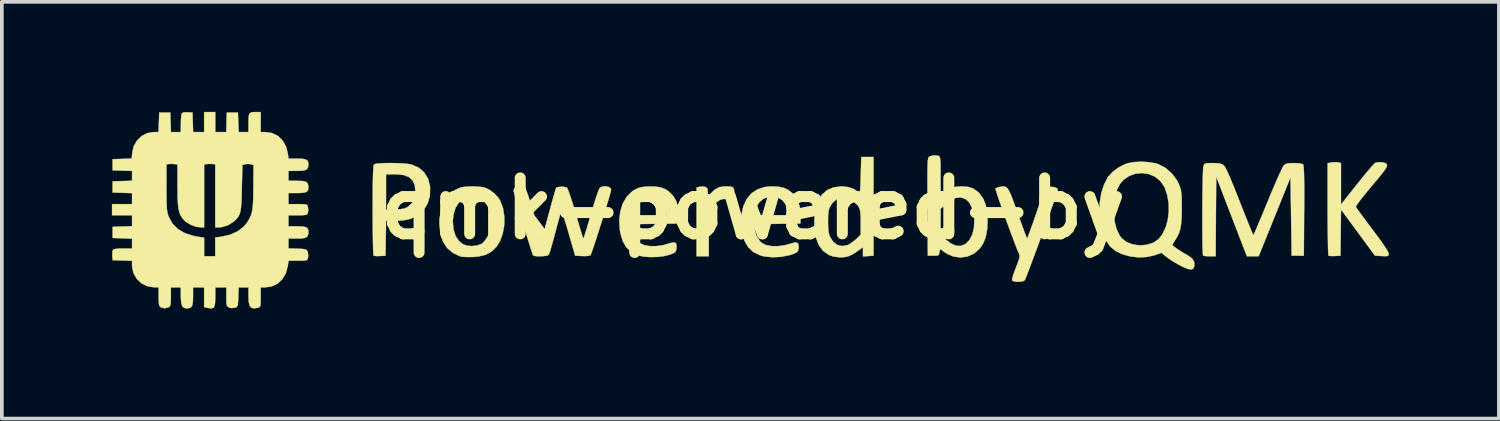
<source format=kicad_pcb>
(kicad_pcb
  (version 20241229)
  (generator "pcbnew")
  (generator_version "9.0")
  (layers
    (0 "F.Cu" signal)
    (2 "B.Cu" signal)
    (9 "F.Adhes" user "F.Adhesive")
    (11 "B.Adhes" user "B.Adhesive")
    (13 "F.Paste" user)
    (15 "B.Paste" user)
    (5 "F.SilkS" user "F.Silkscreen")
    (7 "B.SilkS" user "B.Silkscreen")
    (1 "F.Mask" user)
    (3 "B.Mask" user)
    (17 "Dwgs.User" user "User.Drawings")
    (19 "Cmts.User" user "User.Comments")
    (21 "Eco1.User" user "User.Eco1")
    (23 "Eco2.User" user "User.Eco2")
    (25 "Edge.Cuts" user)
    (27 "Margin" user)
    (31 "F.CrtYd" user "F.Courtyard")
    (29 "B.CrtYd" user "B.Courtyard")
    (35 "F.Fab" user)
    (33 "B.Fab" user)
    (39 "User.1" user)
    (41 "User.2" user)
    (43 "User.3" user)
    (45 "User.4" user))
  (footprint "qmk-powered-by"
    (layer "F.Cu")
    (at 17.483 2.636)
    (property "Reference" "qmk-powered-by" (at 0 0 0) (layer "F.SilkS") (effects (font (size 1.524 1.524) (thickness 0.3))))
    (attr through_hole)
    (fp_poly (pts (xy -0.644 -0.602) (xy -0.569 -0.586) (xy -0.53 -0.548) (xy -0.516 -0.479) (xy -0.514 -0.403) (xy -0.514 -0.239) (xy -0.688 -0.258) (xy -0.808 -0.262) (xy -0.904 -0.238) (xy -0.991 -0.177) (xy -1.084 -0.072) (xy -1.122 -0.021) (xy -1.21 0.1) (xy -1.21 1.3) (xy -1.542 1.3) (xy -1.542 -0.573) (xy -1.467 -0.592) (xy -1.375 -0.6) (xy -1.315 -0.592) (xy -1.267 -0.572) (xy -1.245 -0.53) (xy -1.239 -0.447) (xy -1.239 -0.445) (xy -1.238 -0.318) (xy -1.176 -0.391) (xy -1.053 -0.513) (xy -0.925 -0.582) (xy -0.779 -0.605) (xy -0.768 -0.605) (xy -0.644 -0.602)) (stroke (width 0.01) (type solid)) (fill yes) (layer "F.SilkS"))
    (fp_poly (pts (xy 0.686 -0.596) (xy 0.831 -0.567) (xy 0.951 -0.511) (xy 1.062 -0.424) (xy 1.072 -0.414) (xy 1.194 -0.256) (xy 1.269 -0.062) (xy 1.296 0.162) (xy 1.294 0.232) (xy 1.285 0.408) (xy 0.654 0.416) (xy 0.022 0.425) (xy 0.041 0.565) (xy 0.092 0.748) (xy 0.188 0.893) (xy 0.251 0.949) (xy 0.358 0.998) (xy 0.505 1.024) (xy 0.675 1.025) (xy 0.853 1.002) (xy 0.984 0.967) (xy 1.105 0.932) (xy 1.181 0.925) (xy 1.222 0.95) (xy 1.237 1.011) (xy 1.239 1.058) (xy 1.231 1.131) (xy 1.198 1.183) (xy 1.131 1.223) (xy 1.018 1.262) (xy 0.98 1.273) (xy 0.751 1.317) (xy 0.517 1.327) (xy 0.299 1.303) (xy 0.187 1.273) (xy 0.005 1.183) (xy -0.136 1.051) (xy -0.238 0.875) (xy -0.302 0.654) (xy -0.326 0.449) (xy -0.32 0.181) (xy 0.025 0.181) (xy 0.945 0.181) (xy 0.93 0.048) (xy 0.887 -0.11) (xy 0.799 -0.228) (xy 0.675 -0.303) (xy 0.52 -0.328) (xy 0.445 -0.323) (xy 0.292 -0.274) (xy 0.169 -0.176) (xy 0.081 -0.033) (xy 0.046 0.083) (xy 0.025 0.181) (xy -0.32 0.181) (xy -0.32 0.178) (xy -0.27 -0.057) (xy -0.179 -0.255) (xy -0.049 -0.411) (xy 0.117 -0.523) (xy 0.318 -0.588) (xy 0.499 -0.604) (xy 0.686 -0.596)) (stroke (width 0.01) (type solid)) (fill yes) (layer "F.SilkS"))
    (fp_poly (pts (xy 17.161 -1.261) (xy 17.243 -1.234) (xy 17.249 -1.23) (xy 17.272 -1.209) (xy 17.282 -1.183) (xy 17.275 -1.148) (xy 17.248 -1.096) (xy 17.198 -1.023) (xy 17.12 -0.922) (xy 17.011 -0.789) (xy 16.867 -0.617) (xy 16.821 -0.563) (xy 16.7 -0.417) (xy 16.595 -0.286) (xy 16.512 -0.176) (xy 16.455 -0.096) (xy 16.43 -0.051) (xy 16.43 -0.047) (xy 16.451 -0.013) (xy 16.504 0.061) (xy 16.583 0.169) (xy 16.683 0.304) (xy 16.799 0.459) (xy 16.885 0.573) (xy 17.045 0.788) (xy 17.171 0.963) (xy 17.26 1.097) (xy 17.312 1.187) (xy 17.326 1.23) (xy 17.323 1.27) (xy 17.303 1.291) (xy 17.253 1.298) (xy 17.159 1.295) (xy 17.14 1.294) (xy 16.954 1.285) (xy 16.027 0.026) (xy 16.011 1.285) (xy 15.859 1.294) (xy 15.767 1.295) (xy 15.702 1.288) (xy 15.685 1.281) (xy 15.68 1.248) (xy 15.676 1.16) (xy 15.672 1.024) (xy 15.669 0.847) (xy 15.666 0.636) (xy 15.664 0.396) (xy 15.663 0.135) (xy 15.663 0.011) (xy 15.663 -1.237) (xy 15.769 -1.257) (xy 15.865 -1.265) (xy 15.949 -1.258) (xy 15.95 -1.258) (xy 16.026 -1.239) (xy 16.026 -0.111) (xy 16.468 -0.668) (xy 16.595 -0.827) (xy 16.712 -0.969) (xy 16.814 -1.089) (xy 16.893 -1.18) (xy 16.944 -1.234) (xy 16.959 -1.245) (xy 17.056 -1.266) (xy 17.161 -1.261)) (stroke (width 0.01) (type solid)) (fill yes) (layer "F.SilkS"))
    (fp_poly (pts (xy -9.756 -1.239) (xy -9.601 -1.233) (xy -9.462 -1.223) (xy -9.352 -1.209) (xy -9.305 -1.198) (xy -9.115 -1.113) (xy -8.968 -0.985) (xy -8.866 -0.82) (xy -8.812 -0.618) (xy -8.808 -0.58) (xy -8.813 -0.349) (xy -8.872 -0.143) (xy -8.983 0.034) (xy -9.037 0.091) (xy -9.179 0.204) (xy -9.34 0.279) (xy -9.531 0.32) (xy -9.754 0.333) (xy -10.007 0.333) (xy -10.016 0.809) (xy -10.024 1.285) (xy -10.176 1.294) (xy -10.268 1.295) (xy -10.333 1.288) (xy -10.35 1.281) (xy -10.355 1.247) (xy -10.359 1.16) (xy -10.363 1.024) (xy -10.366 0.848) (xy -10.369 0.638) (xy -10.371 0.399) (xy -10.372 0.14) (xy -10.372 0.046) (xy -10.372 0.036) (xy -10.009 0.036) (xy -9.754 0.026) (xy -9.612 0.016) (xy -9.514 -0.000446) (xy -9.445 -0.028) (xy -9.416 -0.047) (xy -9.303 -0.147) (xy -9.238 -0.254) (xy -9.211 -0.386) (xy -9.207 -0.469) (xy -9.226 -0.639) (xy -9.284 -0.768) (xy -9.383 -0.859) (xy -9.529 -0.914) (xy -9.723 -0.937) (xy -9.774 -0.937) (xy -10.009 -0.937) (xy -10.009 0.036) (xy -10.372 0.036) (xy -10.371 -0.28) (xy -10.37 -0.55) (xy -10.367 -0.767) (xy -10.363 -0.936) (xy -10.357 -1.06) (xy -10.35 -1.144) (xy -10.342 -1.191) (xy -10.335 -1.203) (xy -10.289 -1.22) (xy -10.195 -1.231) (xy -10.066 -1.238) (xy -9.916 -1.241) (xy -9.756 -1.239)) (stroke (width 0.01) (type solid)) (fill yes) (layer "F.SilkS"))
    (fp_poly (pts (xy -2.663 -0.599) (xy -2.505 -0.573) (xy -2.376 -0.518) (xy -2.281 -0.448) (xy -2.168 -0.329) (xy -2.095 -0.199) (xy -2.055 -0.043) (xy -2.043 0.151) (xy -2.041 0.408) (xy -2.672 0.416) (xy -3.303 0.425) (xy -3.283 0.552) (xy -3.236 0.723) (xy -3.156 0.866) (xy -3.073 0.95) (xy -2.968 0.998) (xy -2.823 1.023) (xy -2.655 1.025) (xy -2.479 1.003) (xy -2.343 0.967) (xy -2.22 0.931) (xy -2.142 0.924) (xy -2.102 0.95) (xy -2.089 1.013) (xy -2.092 1.076) (xy -2.102 1.146) (xy -2.128 1.189) (xy -2.185 1.223) (xy -2.253 1.25) (xy -2.409 1.292) (xy -2.596 1.317) (xy -2.792 1.323) (xy -2.976 1.311) (xy -3.127 1.279) (xy -3.138 1.275) (xy -3.316 1.187) (xy -3.454 1.06) (xy -3.553 0.892) (xy -3.618 0.678) (xy -3.634 0.586) (xy -3.65 0.321) (xy -3.634 0.181) (xy -3.297 0.181) (xy -2.352 0.181) (xy -2.373 0.068) (xy -2.428 -0.101) (xy -2.52 -0.225) (xy -2.646 -0.301) (xy -2.803 -0.326) (xy -2.846 -0.324) (xy -3.007 -0.284) (xy -3.133 -0.195) (xy -3.226 -0.056) (xy -3.278 0.098) (xy -3.297 0.181) (xy -3.634 0.181) (xy -3.622 0.076) (xy -3.552 -0.142) (xy -3.443 -0.325) (xy -3.298 -0.468) (xy -3.253 -0.498) (xy -3.164 -0.547) (xy -3.079 -0.577) (xy -2.976 -0.593) (xy -2.863 -0.601) (xy -2.663 -0.599)) (stroke (width 0.01) (type solid)) (fill yes) (layer "F.SilkS"))
    (fp_poly (pts (xy -7.438 -0.592) (xy -7.321 -0.572) (xy -7.313 -0.57) (xy -7.182 -0.508) (xy -7.052 -0.408) (xy -6.942 -0.288) (xy -6.896 -0.215) (xy -6.82 -0.01) (xy -6.784 0.218) (xy -6.787 0.454) (xy -6.827 0.683) (xy -6.903 0.89) (xy -6.999 1.043) (xy -7.132 1.172) (xy -7.292 1.259) (xy -7.488 1.307) (xy -7.65 1.321) (xy -7.779 1.321) (xy -7.892 1.317) (xy -7.97 1.307) (xy -7.983 1.304) (xy -8.184 1.21) (xy -8.343 1.074) (xy -8.457 0.897) (xy -8.528 0.679) (xy -8.553 0.423) (xy -8.551 0.337) (xy -8.189 0.337) (xy -8.174 0.54) (xy -8.166 0.581) (xy -8.111 0.753) (xy -8.021 0.884) (xy -7.91 0.973) (xy -7.802 1.012) (xy -7.665 1.023) (xy -7.526 1.007) (xy -7.409 0.964) (xy -7.385 0.949) (xy -7.324 0.887) (xy -7.258 0.795) (xy -7.227 0.739) (xy -7.187 0.649) (xy -7.164 0.563) (xy -7.155 0.458) (xy -7.155 0.342) (xy -7.176 0.119) (xy -7.232 -0.057) (xy -7.323 -0.186) (xy -7.394 -0.242) (xy -7.527 -0.294) (xy -7.683 -0.306) (xy -7.838 -0.281) (xy -7.915 -0.25) (xy -8.027 -0.159) (xy -8.112 -0.024) (xy -8.167 0.145) (xy -8.189 0.337) (xy -8.551 0.337) (xy -8.55 0.286) (xy -8.511 0.029) (xy -8.429 -0.188) (xy -8.306 -0.365) (xy -8.144 -0.497) (xy -7.986 -0.57) (xy -7.882 -0.591) (xy -7.74 -0.602) (xy -7.585 -0.602) (xy -7.438 -0.592)) (stroke (width 0.01) (type solid)) (fill yes) (layer "F.SilkS"))
    (fp_poly (pts (xy 3.281 1.285) (xy 2.994 1.304) (xy 2.994 1.053) (xy 2.85 1.156) (xy 2.717 1.244) (xy 2.606 1.297) (xy 2.496 1.323) (xy 2.366 1.33) (xy 2.365 1.33) (xy 2.177 1.306) (xy 2.056 1.26) (xy 1.902 1.149) (xy 1.787 0.992) (xy 1.71 0.788) (xy 1.671 0.537) (xy 1.67 0.349) (xy 2.041 0.349) (xy 2.044 0.513) (xy 2.056 0.633) (xy 2.078 0.726) (xy 2.099 0.779) (xy 2.185 0.911) (xy 2.298 0.994) (xy 2.43 1.023) (xy 2.571 0.997) (xy 2.61 0.979) (xy 2.69 0.928) (xy 2.783 0.856) (xy 2.82 0.822) (xy 2.933 0.713) (xy 2.933 0.371) (xy 2.931 0.198) (xy 2.92 0.073) (xy 2.895 -0.018) (xy 2.852 -0.088) (xy 2.784 -0.151) (xy 2.698 -0.211) (xy 2.546 -0.284) (xy 2.404 -0.299) (xy 2.275 -0.255) (xy 2.163 -0.154) (xy 2.112 -0.078) (xy 2.078 -0.012) (xy 2.057 0.057) (xy 2.046 0.144) (xy 2.042 0.266) (xy 2.041 0.349) (xy 1.67 0.349) (xy 1.67 0.272) (xy 1.702 0.006) (xy 1.771 -0.212) (xy 1.877 -0.382) (xy 2.019 -0.505) (xy 2.197 -0.579) (xy 2.411 -0.604) (xy 2.413 -0.604) (xy 2.593 -0.586) (xy 2.747 -0.533) (xy 2.862 -0.45) (xy 2.875 -0.436) (xy 2.891 -0.423) (xy 2.903 -0.433) (xy 2.912 -0.472) (xy 2.919 -0.549) (xy 2.926 -0.67) (xy 2.932 -0.843) (xy 2.933 -0.895) (xy 2.948 -1.406) (xy 3.281 -1.406) (xy 3.281 1.285)) (stroke (width 0.01) (type solid)) (fill yes) (layer "F.SilkS"))
    (fp_poly (pts (xy 6.849 -0.602) (xy 6.895 -0.585) (xy 6.937 -0.545) (xy 6.98 -0.476) (xy 7.028 -0.373) (xy 7.084 -0.229) (xy 7.153 -0.038) (xy 7.214 0.133) (xy 7.281 0.323) (xy 7.343 0.494) (xy 7.395 0.636) (xy 7.436 0.741) (xy 7.461 0.803) (xy 7.469 0.816) (xy 7.482 0.789) (xy 7.512 0.712) (xy 7.556 0.593) (xy 7.611 0.441) (xy 7.673 0.262) (xy 7.721 0.124) (xy 7.958 -0.569) (xy 8.057 -0.587) (xy 8.154 -0.591) (xy 8.238 -0.575) (xy 8.295 -0.543) (xy 8.304 -0.498) (xy 8.299 -0.476) (xy 8.274 -0.401) (xy 8.233 -0.283) (xy 8.178 -0.127) (xy 8.112 0.057) (xy 8.037 0.264) (xy 7.956 0.485) (xy 7.872 0.715) (xy 7.788 0.944) (xy 7.706 1.167) (xy 7.628 1.376) (xy 7.558 1.563) (xy 7.498 1.722) (xy 7.45 1.845) (xy 7.418 1.925) (xy 7.405 1.954) (xy 7.355 1.981) (xy 7.273 1.994) (xy 7.182 1.995) (xy 7.104 1.983) (xy 7.06 1.959) (xy 7.058 1.955) (xy 7.062 1.911) (xy 7.086 1.826) (xy 7.125 1.711) (xy 7.164 1.609) (xy 7.217 1.473) (xy 7.249 1.379) (xy 7.264 1.315) (xy 7.262 1.269) (xy 7.248 1.227) (xy 7.244 1.219) (xy 7.212 1.147) (xy 7.166 1.032) (xy 7.11 0.885) (xy 7.045 0.714) (xy 6.976 0.526) (xy 6.904 0.331) (xy 6.834 0.137) (xy 6.768 -0.048) (xy 6.71 -0.216) (xy 6.662 -0.358) (xy 6.627 -0.465) (xy 6.609 -0.529) (xy 6.607 -0.544) (xy 6.646 -0.568) (xy 6.719 -0.59) (xy 6.731 -0.592) (xy 6.796 -0.602) (xy 6.849 -0.602)) (stroke (width 0.01) (type solid)) (fill yes) (layer "F.SilkS"))
    (fp_poly (pts (xy 5.062 -1.433) (xy 5.08 -1.419) (xy 5.093 -1.387) (xy 5.101 -1.328) (xy 5.107 -1.235) (xy 5.109 -1.099) (xy 5.11 -0.912) (xy 5.11 -0.886) (xy 5.11 -0.357) (xy 5.209 -0.44) (xy 5.349 -0.536) (xy 5.5 -0.589) (xy 5.682 -0.605) (xy 5.685 -0.605) (xy 5.864 -0.59) (xy 6.006 -0.542) (xy 6.13 -0.452) (xy 6.161 -0.422) (xy 6.267 -0.281) (xy 6.339 -0.106) (xy 6.379 0.109) (xy 6.39 0.318) (xy 6.379 0.572) (xy 6.339 0.781) (xy 6.269 0.954) (xy 6.174 1.092) (xy 6.024 1.224) (xy 5.849 1.305) (xy 5.659 1.334) (xy 5.466 1.309) (xy 5.301 1.24) (xy 5.213 1.185) (xy 5.146 1.137) (xy 5.12 1.112) (xy 5.1 1.107) (xy 5.083 1.162) (xy 5.08 1.179) (xy 5.068 1.242) (xy 5.045 1.273) (xy 4.992 1.284) (xy 4.914 1.285) (xy 4.763 1.285) (xy 4.755 0.008) (xy 5.11 0.008) (xy 5.11 0.719) (xy 5.234 0.831) (xy 5.389 0.95) (xy 5.528 1.012) (xy 5.657 1.019) (xy 5.779 0.971) (xy 5.796 0.96) (xy 5.9 0.855) (xy 5.975 0.706) (xy 6.02 0.523) (xy 6.03 0.318) (xy 6.018 0.188) (xy 5.973 -0.005) (xy 5.9 -0.153) (xy 5.802 -0.252) (xy 5.682 -0.299) (xy 5.637 -0.302) (xy 5.519 -0.29) (xy 5.411 -0.246) (xy 5.296 -0.162) (xy 5.247 -0.118) (xy 5.11 0.008) (xy 4.755 0.008) (xy 4.755 -0.045) (xy 4.753 -0.365) (xy 4.752 -0.63) (xy 4.752 -0.845) (xy 4.753 -1.016) (xy 4.755 -1.147) (xy 4.759 -1.245) (xy 4.764 -1.315) (xy 4.771 -1.362) (xy 4.78 -1.391) (xy 4.791 -1.408) (xy 4.798 -1.414) (xy 4.878 -1.444) (xy 4.982 -1.45) (xy 5.062 -1.433)) (stroke (width 0.01) (type solid)) (fill yes) (layer "F.SilkS"))
    (fp_poly (pts (xy 14.885 -1.234) (xy 14.97 -1.215) (xy 14.995 -1.198) (xy 15.004 -1.167) (xy 15.011 -1.093) (xy 15.017 -0.976) (xy 15.021 -0.811) (xy 15.023 -0.596) (xy 15.023 -0.327) (xy 15.022 -0.002) (xy 15.021 0.064) (xy 15.013 1.285) (xy 14.681 1.285) (xy 14.65 -0.852) (xy 14.216 0.224) (xy 13.781 1.3) (xy 13.461 1.3) (xy 13.312 0.915) (xy 13.256 0.772) (xy 13.185 0.586) (xy 13.103 0.373) (xy 13.015 0.146) (xy 12.929 -0.08) (xy 12.893 -0.172) (xy 12.624 -0.873) (xy 12.616 0.213) (xy 12.609 1.3) (xy 12.448 1.3) (xy 12.354 1.297) (xy 12.286 1.288) (xy 12.267 1.28) (xy 12.261 1.245) (xy 12.256 1.157) (xy 12.252 1.024) (xy 12.249 0.855) (xy 12.247 0.657) (xy 12.246 0.438) (xy 12.246 0.206) (xy 12.247 -0.03) (xy 12.249 -0.264) (xy 12.251 -0.487) (xy 12.255 -0.691) (xy 12.259 -0.868) (xy 12.264 -1.011) (xy 12.269 -1.111) (xy 12.275 -1.161) (xy 12.276 -1.162) (xy 12.295 -1.202) (xy 12.324 -1.225) (xy 12.378 -1.236) (xy 12.471 -1.24) (xy 12.529 -1.24) (xy 12.66 -1.236) (xy 12.749 -1.221) (xy 12.81 -1.193) (xy 12.826 -1.182) (xy 12.855 -1.146) (xy 12.896 -1.073) (xy 12.95 -0.96) (xy 13.018 -0.803) (xy 13.103 -0.598) (xy 13.205 -0.341) (xy 13.261 -0.2) (xy 13.348 0.022) (xy 13.428 0.225) (xy 13.5 0.402) (xy 13.559 0.546) (xy 13.603 0.652) (xy 13.63 0.713) (xy 13.637 0.724) (xy 13.652 0.698) (xy 13.687 0.621) (xy 13.738 0.502) (xy 13.804 0.346) (xy 13.882 0.161) (xy 13.968 -0.048) (xy 14.027 -0.19) (xy 14.119 -0.414) (xy 14.208 -0.622) (xy 14.288 -0.807) (xy 14.357 -0.962) (xy 14.413 -1.08) (xy 14.45 -1.153) (xy 14.463 -1.172) (xy 14.505 -1.208) (xy 14.558 -1.229) (xy 14.639 -1.238) (xy 14.743 -1.24) (xy 14.885 -1.234)) (stroke (width 0.01) (type solid)) (fill yes) (layer "F.SilkS"))
    (fp_poly (pts (xy 10.797 -1.264) (xy 10.982 -1.23) (xy 11.052 -1.208) (xy 11.24 -1.109) (xy 11.409 -0.964) (xy 11.545 -0.785) (xy 11.614 -0.647) (xy 11.642 -0.57) (xy 11.662 -0.496) (xy 11.675 -0.412) (xy 11.682 -0.304) (xy 11.685 -0.158) (xy 11.686 -0.015) (xy 11.683 0.216) (xy 11.67 0.399) (xy 11.646 0.546) (xy 11.608 0.671) (xy 11.553 0.784) (xy 11.504 0.862) (xy 11.458 0.933) (xy 11.432 0.983) (xy 11.43 0.992) (xy 11.454 1.021) (xy 11.518 1.071) (xy 11.61 1.134) (xy 11.715 1.2) (xy 11.823 1.262) (xy 11.853 1.279) (xy 11.968 1.361) (xy 12.025 1.458) (xy 12.026 1.573) (xy 12.023 1.583) (xy 11.996 1.638) (xy 11.944 1.66) (xy 11.862 1.648) (xy 11.742 1.601) (xy 11.631 1.546) (xy 11.503 1.475) (xy 11.377 1.396) (xy 11.277 1.325) (xy 11.269 1.318) (xy 11.133 1.207) (xy 10.942 1.272) (xy 10.73 1.32) (xy 10.505 1.33) (xy 10.28 1.304) (xy 10.068 1.246) (xy 9.884 1.158) (xy 9.741 1.043) (xy 9.732 1.033) (xy 9.61 0.852) (xy 9.52 0.632) (xy 9.463 0.385) (xy 9.44 0.137) (xy 9.829 0.137) (xy 9.856 0.361) (xy 9.91 0.565) (xy 9.992 0.736) (xy 10.05 0.812) (xy 10.182 0.915) (xy 10.349 0.979) (xy 10.536 1.004) (xy 10.73 0.988) (xy 10.916 0.928) (xy 10.925 0.924) (xy 11.057 0.829) (xy 11.165 0.687) (xy 11.248 0.51) (xy 11.304 0.306) (xy 11.332 0.087) (xy 11.328 -0.138) (xy 11.292 -0.359) (xy 11.222 -0.565) (xy 11.201 -0.609) (xy 11.093 -0.761) (xy 10.951 -0.872) (xy 10.785 -0.941) (xy 10.606 -0.968) (xy 10.426 -0.952) (xy 10.254 -0.891) (xy 10.101 -0.787) (xy 10.006 -0.68) (xy 9.918 -0.515) (xy 9.86 -0.314) (xy 9.83 -0.092) (xy 9.829 0.137) (xy 9.44 0.137) (xy 9.439 0.121) (xy 9.447 -0.147) (xy 9.489 -0.407) (xy 9.564 -0.648) (xy 9.673 -0.857) (xy 9.681 -0.869) (xy 9.794 -0.995) (xy 9.947 -1.11) (xy 10.118 -1.201) (xy 10.22 -1.237) (xy 10.39 -1.268) (xy 10.591 -1.277) (xy 10.797 -1.264)) (stroke (width 0.01) (type solid)) (fill yes) (layer "F.SilkS"))
    (fp_poly (pts (xy -6.268 -0.593) (xy -6.223 -0.567) (xy -6.2 -0.527) (xy -6.164 -0.438) (xy -6.12 -0.311) (xy -6.07 -0.156) (xy -6.019 0.015) (xy -5.966 0.199) (xy -5.915 0.374) (xy -5.87 0.527) (xy -5.834 0.645) (xy -5.814 0.711) (xy -5.766 0.862) (xy -5.576 0.155) (xy -5.522 -0.042) (xy -5.473 -0.219) (xy -5.431 -0.368) (xy -5.399 -0.481) (xy -5.378 -0.549) (xy -5.371 -0.565) (xy -5.319 -0.586) (xy -5.236 -0.595) (xy -5.148 -0.591) (xy -5.085 -0.574) (xy -5.077 -0.569) (xy -5.055 -0.53) (xy -5.021 -0.44) (xy -4.976 -0.31) (xy -4.923 -0.147) (xy -4.867 0.039) (xy -4.837 0.144) (xy -4.782 0.335) (xy -4.731 0.504) (xy -4.688 0.645) (xy -4.655 0.749) (xy -4.633 0.807) (xy -4.628 0.816) (xy -4.615 0.789) (xy -4.589 0.711) (xy -4.551 0.591) (xy -4.505 0.437) (xy -4.452 0.257) (xy -4.419 0.144) (xy -4.36 -0.058) (xy -4.304 -0.237) (xy -4.255 -0.385) (xy -4.215 -0.495) (xy -4.187 -0.557) (xy -4.179 -0.567) (xy -4.107 -0.599) (xy -4.021 -0.606) (xy -3.94 -0.59) (xy -3.885 -0.554) (xy -3.871 -0.518) (xy -3.881 -0.474) (xy -3.905 -0.381) (xy -3.943 -0.25) (xy -3.992 -0.089) (xy -4.048 0.094) (xy -4.108 0.289) (xy -4.171 0.488) (xy -4.233 0.682) (xy -4.291 0.863) (xy -4.344 1.021) (xy -4.387 1.147) (xy -4.418 1.234) (xy -4.435 1.272) (xy -4.436 1.273) (xy -4.48 1.287) (xy -4.565 1.295) (xy -4.66 1.294) (xy -4.853 1.285) (xy -5.033 0.658) (xy -5.087 0.476) (xy -5.136 0.319) (xy -5.177 0.193) (xy -5.209 0.107) (xy -5.229 0.068) (xy -5.233 0.068) (xy -5.246 0.108) (xy -5.272 0.197) (xy -5.307 0.325) (xy -5.35 0.482) (xy -5.396 0.658) (xy -5.398 0.665) (xy -5.445 0.842) (xy -5.489 1) (xy -5.527 1.129) (xy -5.555 1.22) (xy -5.572 1.262) (xy -5.573 1.262) (xy -5.615 1.281) (xy -5.695 1.294) (xy -5.794 1.3) (xy -5.891 1.3) (xy -5.966 1.291) (xy -5.998 1.277) (xy -6.014 1.236) (xy -6.044 1.146) (xy -6.086 1.017) (xy -6.136 0.856) (xy -6.192 0.673) (xy -6.252 0.478) (xy -6.312 0.278) (xy -6.369 0.084) (xy -6.422 -0.097) (xy -6.468 -0.255) (xy -6.503 -0.38) (xy -6.525 -0.465) (xy -6.531 -0.499) (xy -6.506 -0.558) (xy -6.44 -0.596) (xy -6.355 -0.609) (xy -6.268 -0.593)) (stroke (width 0.01) (type solid)) (fill yes) (layer "F.SilkS"))
    (fp_poly (pts (xy -14.665 -2.086) (xy -14.365 -2.086) (xy -14.357 -2.351) (xy -14.348 -2.616) (xy -14.046 -2.616) (xy -14.028 -2.086) (xy -13.758 -2.086) (xy -13.758 -2.311) (xy -13.757 -2.453) (xy -13.747 -2.545) (xy -13.724 -2.598) (xy -13.681 -2.623) (xy -13.611 -2.63) (xy -13.574 -2.631) (xy -13.426 -2.631) (xy -13.426 -2.086) (xy -13.304 -2.086) (xy -13.117 -2.059) (xy -12.956 -1.979) (xy -12.827 -1.854) (xy -12.734 -1.687) (xy -12.687 -1.504) (xy -12.666 -1.361) (xy -12.432 -1.361) (xy -12.29 -1.356) (xy -12.199 -1.339) (xy -12.147 -1.304) (xy -12.127 -1.248) (xy -12.125 -1.217) (xy -12.133 -1.13) (xy -12.163 -1.074) (xy -12.226 -1.043) (xy -12.331 -1.03) (xy -12.429 -1.028) (xy -12.67 -1.028) (xy -12.67 -0.756) (xy -12.429 -0.756) (xy -12.29 -0.751) (xy -12.2 -0.733) (xy -12.15 -0.694) (xy -12.129 -0.628) (xy -12.125 -0.567) (xy -12.135 -0.501) (xy -12.172 -0.458) (xy -12.245 -0.434) (xy -12.363 -0.424) (xy -12.434 -0.423) (xy -12.67 -0.423) (xy -12.67 -0.121) (xy -12.413 -0.121) (xy -12.289 -0.12) (xy -12.211 -0.115) (xy -12.169 -0.102) (xy -12.148 -0.078) (xy -12.138 -0.045) (xy -12.13 0.046) (xy -12.138 0.106) (xy -12.15 0.143) (xy -12.173 0.165) (xy -12.219 0.176) (xy -12.301 0.181) (xy -12.413 0.181) (xy -12.67 0.181) (xy -12.67 0.484) (xy -12.434 0.484) (xy -12.292 0.488) (xy -12.2 0.506) (xy -12.148 0.539) (xy -12.127 0.595) (xy -12.125 0.628) (xy -12.133 0.714) (xy -12.163 0.77) (xy -12.226 0.801) (xy -12.331 0.815) (xy -12.429 0.816) (xy -12.67 0.816) (xy -12.67 1.086) (xy -12.421 1.095) (xy -12.298 1.1) (xy -12.222 1.109) (xy -12.179 1.125) (xy -12.157 1.153) (xy -12.144 1.183) (xy -12.13 1.274) (xy -12.137 1.341) (xy -12.149 1.38) (xy -12.171 1.404) (xy -12.215 1.416) (xy -12.294 1.421) (xy -12.411 1.421) (xy -12.666 1.421) (xy -12.687 1.565) (xy -12.741 1.765) (xy -12.838 1.928) (xy -12.97 2.05) (xy -13.134 2.124) (xy -13.304 2.147) (xy -13.426 2.147) (xy -13.426 2.416) (xy -13.427 2.544) (xy -13.432 2.625) (xy -13.444 2.67) (xy -13.465 2.692) (xy -13.494 2.702) (xy -13.603 2.721) (xy -13.678 2.705) (xy -13.726 2.648) (xy -13.751 2.544) (xy -13.758 2.387) (xy -13.758 2.147) (xy -14.028 2.147) (xy -14.037 2.411) (xy -14.042 2.538) (xy -14.05 2.618) (xy -14.064 2.663) (xy -14.089 2.688) (xy -14.128 2.704) (xy -14.236 2.713) (xy -14.286 2.697) (xy -14.324 2.677) (xy -14.346 2.648) (xy -14.358 2.597) (xy -14.362 2.511) (xy -14.363 2.405) (xy -14.363 2.147) (xy -14.665 2.147) (xy -14.665 2.417) (xy -14.669 2.562) (xy -14.684 2.656) (xy -14.716 2.706) (xy -14.773 2.721) (xy -14.859 2.71) (xy -14.878 2.706) (xy -14.968 2.686) (xy -14.968 2.147) (xy -15.27 2.147) (xy -15.27 2.403) (xy -15.275 2.546) (xy -15.291 2.64) (xy -15.326 2.694) (xy -15.384 2.717) (xy -15.448 2.721) (xy -15.518 2.707) (xy -15.566 2.658) (xy -15.592 2.568) (xy -15.603 2.428) (xy -15.603 2.387) (xy -15.603 2.147) (xy -15.875 2.147) (xy -15.875 2.403) (xy -15.877 2.531) (xy -15.884 2.611) (xy -15.899 2.658) (xy -15.924 2.685) (xy -15.933 2.69) (xy -16.045 2.719) (xy -16.153 2.69) (xy -16.155 2.689) (xy -16.181 2.663) (xy -16.198 2.616) (xy -16.205 2.534) (xy -16.208 2.404) (xy -16.208 2.402) (xy -16.208 2.147) (xy -16.336 2.146) (xy -16.517 2.117) (xy -16.676 2.038) (xy -16.804 1.917) (xy -16.892 1.764) (xy -16.932 1.586) (xy -16.933 1.544) (xy -16.933 1.424) (xy -17.462 1.406) (xy -17.472 1.273) (xy -17.469 1.17) (xy -17.444 1.116) (xy -17.442 1.115) (xy -17.394 1.103) (xy -17.304 1.093) (xy -17.189 1.089) (xy -17.168 1.089) (xy -16.933 1.089) (xy -16.933 0.819) (xy -17.462 0.801) (xy -17.462 0.499) (xy -17.198 0.49) (xy -16.933 0.481) (xy -16.933 0.181) (xy -17.478 0.181) (xy -17.478 -0.121) (xy -16.933 -0.121) (xy -16.933 -0.421) (xy -17.462 -0.438) (xy -17.462 -0.741) (xy -16.933 -0.758) (xy -16.933 -1.026) (xy -17.198 -1.034) (xy -17.462 -1.043) (xy -17.462 -1.205) (xy -15.996 -1.205) (xy -15.996 -0.574) (xy -15.995 -0.356) (xy -15.993 -0.188) (xy -15.988 -0.062) (xy -15.981 0.034) (xy -15.969 0.108) (xy -15.952 0.171) (xy -15.936 0.219) (xy -15.835 0.406) (xy -15.686 0.557) (xy -15.492 0.671) (xy -15.254 0.746) (xy -15.182 0.76) (xy -14.968 0.795) (xy -14.968 1.3) (xy -14.665 1.3) (xy -14.665 0.79) (xy -14.522 0.771) (xy -14.264 0.715) (xy -14.052 0.62) (xy -13.883 0.487) (xy -13.788 0.368) (xy -13.736 0.283) (xy -13.696 0.2) (xy -13.667 0.108) (xy -13.647 -0.003) (xy -13.635 -0.141) (xy -13.628 -0.318) (xy -13.625 -0.544) (xy -13.624 -0.603) (xy -13.622 -1.191) (xy -13.698 -1.21) (xy -13.789 -1.217) (xy -13.849 -1.21) (xy -13.925 -1.19) (xy -13.94 -0.557) (xy -13.946 -0.326) (xy -13.954 -0.147) (xy -13.965 -0.01) (xy -13.983 0.093) (xy -14.009 0.172) (xy -14.045 0.235) (xy -14.094 0.292) (xy -14.157 0.351) (xy -14.164 0.357) (xy -14.316 0.453) (xy -14.492 0.507) (xy -14.582 0.514) (xy -14.665 0.514) (xy -14.665 -1.205) (xy -14.734 -1.215) (xy -14.817 -1.219) (xy -14.885 -1.214) (xy -14.968 -1.203) (xy -14.968 0.514) (xy -15.053 0.514) (xy -15.196 0.492) (xy -15.346 0.435) (xy -15.474 0.354) (xy -15.506 0.324) (xy -15.566 0.255) (xy -15.612 0.182) (xy -15.645 0.096) (xy -15.669 -0.012) (xy -15.683 -0.152) (xy -15.691 -0.332) (xy -15.693 -0.561) (xy -15.694 -0.62) (xy -15.694 -1.203) (xy -15.777 -1.214) (xy -15.867 -1.219) (xy -15.928 -1.215) (xy -15.996 -1.205) (xy -17.462 -1.205) (xy -17.462 -1.346) (xy -17.202 -1.354) (xy -16.941 -1.363) (xy -16.927 -1.529) (xy -16.885 -1.706) (xy -16.795 -1.859) (xy -16.668 -1.979) (xy -16.512 -2.058) (xy -16.338 -2.086) (xy -16.21 -2.086) (xy -16.192 -2.616) (xy -15.89 -2.616) (xy -15.873 -2.086) (xy -15.603 -2.086) (xy -15.602 -2.321) (xy -15.599 -2.438) (xy -15.591 -2.534) (xy -15.579 -2.59) (xy -15.577 -2.595) (xy -15.526 -2.622) (xy -15.425 -2.626) (xy -15.418 -2.625) (xy -15.285 -2.616) (xy -15.268 -2.086) (xy -14.968 -2.086) (xy -14.968 -2.631) (xy -14.665 -2.631) (xy -14.665 -2.086)) (stroke (width 0.01) (type solid)) (fill yes) (layer "F.SilkS")))
  (gr_rect
    (start -3 -3)
    (end 37.814 8.362)
    (stroke (width 0.1) (type default))
    (fill no)
    (layer "Edge.Cuts")))
</source>
